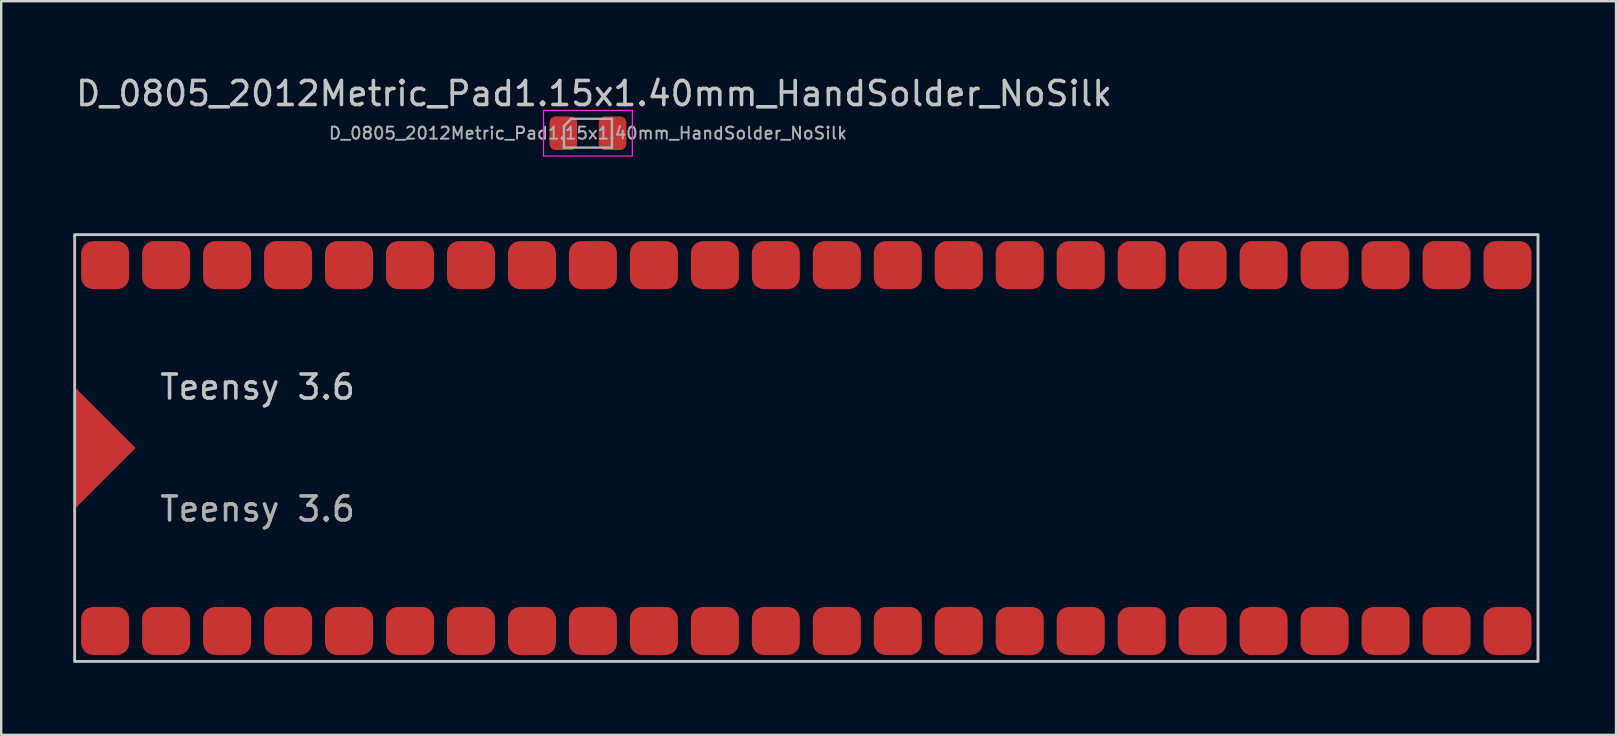
<source format=kicad_pcb>
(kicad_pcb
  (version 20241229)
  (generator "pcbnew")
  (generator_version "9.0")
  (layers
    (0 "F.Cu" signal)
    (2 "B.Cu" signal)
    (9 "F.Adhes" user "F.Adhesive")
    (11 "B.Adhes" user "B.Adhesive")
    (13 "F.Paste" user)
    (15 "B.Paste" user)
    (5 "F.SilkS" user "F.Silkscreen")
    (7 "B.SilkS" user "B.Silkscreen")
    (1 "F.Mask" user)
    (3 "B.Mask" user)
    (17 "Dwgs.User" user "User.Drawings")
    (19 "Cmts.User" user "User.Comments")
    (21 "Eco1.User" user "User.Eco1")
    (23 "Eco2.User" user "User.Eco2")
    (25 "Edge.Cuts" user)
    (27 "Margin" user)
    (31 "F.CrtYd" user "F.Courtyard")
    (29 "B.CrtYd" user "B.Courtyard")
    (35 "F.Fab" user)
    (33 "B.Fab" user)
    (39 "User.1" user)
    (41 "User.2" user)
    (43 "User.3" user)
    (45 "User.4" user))
  (footprint "Teensy 3.6"
    (layer "F.Cu")
    (at 61.02 6.724)
    (property "Reference" "Teensy 3.6" (at -53.34 6.35 0) (unlocked yes) (layer "Dwgs.User") (effects (font (size 1 1) (thickness 0.15))))
    (attr through_hole)
    (fp_poly (pts (xy -58.42 8.89) (xy -60.96 11.43) (xy -60.96 6.35)) (stroke (width 0) (type solid)) (fill yes) (layer "F.Cu"))
    (fp_poly (pts (xy -58.42 8.89) (xy -60.96 11.43) (xy -60.96 6.35)) (stroke (width 0) (type solid)) (fill yes) (layer "F.Mask"))
    (fp_rect (start -60.96 0) (end 0 17.78) (stroke (width 0.12) (type solid)) (fill no) (layer "Dwgs.User"))
    (fp_text user "${REFERENCE}" (at -53.34 11.43 0) (unlocked yes) (layer "F.Fab") (effects (font (size 1 1) (thickness 0.15))))
    (pad "1" smd roundrect (at -59.69 16.51) (size 2 2) (layers "F.Cu" "F.Mask") (roundrect_rratio 0.25))
    (pad "2" smd roundrect (at -57.15 16.51) (size 2 2) (layers "F.Cu" "F.Mask") (roundrect_rratio 0.25))
    (pad "3" smd roundrect (at -54.61 16.51) (size 2 2) (layers "F.Cu" "F.Mask") (roundrect_rratio 0.25))
    (pad "4" smd roundrect (at -52.07 16.51) (size 2 2) (layers "F.Cu" "F.Mask") (roundrect_rratio 0.25))
    (pad "5" smd roundrect (at -49.53 16.51) (size 2 2) (layers "F.Cu" "F.Mask") (roundrect_rratio 0.25))
    (pad "6" smd roundrect (at -46.99 16.51) (size 2 2) (layers "F.Cu" "F.Mask") (roundrect_rratio 0.25))
    (pad "7" smd roundrect (at -44.45 16.51) (size 2 2) (layers "F.Cu" "F.Mask") (roundrect_rratio 0.25))
    (pad "8" smd roundrect (at -41.91 16.51) (size 2 2) (layers "F.Cu" "F.Mask") (roundrect_rratio 0.25))
    (pad "9" smd roundrect (at -39.37 16.51) (size 2 2) (layers "F.Cu" "F.Mask") (roundrect_rratio 0.25))
    (pad "10" smd roundrect (at -36.83 16.51) (size 2 2) (layers "F.Cu" "F.Mask") (roundrect_rratio 0.25))
    (pad "11" smd roundrect (at -34.29 16.51) (size 2 2) (layers "F.Cu" "F.Mask") (roundrect_rratio 0.25))
    (pad "12" smd roundrect (at -31.75 16.51) (size 2 2) (layers "F.Cu" "F.Mask") (roundrect_rratio 0.25))
    (pad "13" smd roundrect (at -29.21 16.51) (size 2 2) (layers "F.Cu" "F.Mask") (roundrect_rratio 0.25))
    (pad "14" smd roundrect (at -26.67 16.51) (size 2 2) (layers "F.Cu" "F.Mask") (roundrect_rratio 0.25))
    (pad "15" smd roundrect (at -24.13 16.51) (size 2 2) (layers "F.Cu" "F.Mask") (roundrect_rratio 0.25))
    (pad "16" smd roundrect (at -21.59 16.51) (size 2 2) (layers "F.Cu" "F.Mask") (roundrect_rratio 0.25))
    (pad "17" smd roundrect (at -19.05 16.51) (size 2 2) (layers "F.Cu" "F.Mask") (roundrect_rratio 0.25))
    (pad "18" smd roundrect (at -16.51 16.51) (size 2 2) (layers "F.Cu" "F.Mask") (roundrect_rratio 0.25))
    (pad "19" smd roundrect (at -13.97 16.51) (size 2 2) (layers "F.Cu" "F.Mask") (roundrect_rratio 0.25))
    (pad "20" smd roundrect (at -11.43 16.51) (size 2 2) (layers "F.Cu" "F.Mask") (roundrect_rratio 0.25))
    (pad "21" smd roundrect (at -8.89 16.51) (size 2 2) (layers "F.Cu" "F.Mask") (roundrect_rratio 0.25))
    (pad "22" smd roundrect (at -6.35 16.51) (size 2 2) (layers "F.Cu" "F.Mask") (roundrect_rratio 0.25))
    (pad "23" smd roundrect (at -3.81 16.51) (size 2 2) (layers "F.Cu" "F.Mask") (roundrect_rratio 0.25))
    (pad "24" smd roundrect (at -1.27 16.51) (size 2 2) (layers "F.Cu" "F.Mask") (roundrect_rratio 0.25))
    (pad "25" smd roundrect (at -1.27 1.27) (size 2 2) (layers "F.Cu" "F.Mask") (roundrect_rratio 0.25))
    (pad "26" smd roundrect (at -3.81 1.27) (size 2 2) (layers "F.Cu" "F.Mask") (roundrect_rratio 0.25))
    (pad "27" smd roundrect (at -6.35 1.27) (size 2 2) (layers "F.Cu" "F.Mask") (roundrect_rratio 0.25))
    (pad "28" smd roundrect (at -8.89 1.27) (size 2 2) (layers "F.Cu" "F.Mask") (roundrect_rratio 0.25))
    (pad "29" smd roundrect (at -11.43 1.27) (size 2 2) (layers "F.Cu" "F.Mask") (roundrect_rratio 0.25))
    (pad "30" smd roundrect (at -13.97 1.27) (size 2 2) (layers "F.Cu" "F.Mask") (roundrect_rratio 0.25))
    (pad "31" smd roundrect (at -16.51 1.27) (size 2 2) (layers "F.Cu" "F.Mask") (roundrect_rratio 0.25))
    (pad "32" smd roundrect (at -19.05 1.27) (size 2 2) (layers "F.Cu" "F.Mask") (roundrect_rratio 0.25))
    (pad "33" smd roundrect (at -21.59 1.27) (size 2 2) (layers "F.Cu" "F.Mask") (roundrect_rratio 0.25))
    (pad "34" smd roundrect (at -24.13 1.27) (size 2 2) (layers "F.Cu" "F.Mask") (roundrect_rratio 0.25))
    (pad "35" smd roundrect (at -26.67 1.27) (size 2 2) (layers "F.Cu" "F.Mask") (roundrect_rratio 0.25))
    (pad "36" smd roundrect (at -29.21 1.27) (size 2 2) (layers "F.Cu" "F.Mask") (roundrect_rratio 0.25))
    (pad "37" smd roundrect (at -31.75 1.27) (size 2 2) (layers "F.Cu" "F.Mask") (roundrect_rratio 0.25))
    (pad "38" smd roundrect (at -34.29 1.27) (size 2 2) (layers "F.Cu" "F.Mask") (roundrect_rratio 0.25))
    (pad "39" smd roundrect (at -36.83 1.27) (size 2 2) (layers "F.Cu" "F.Mask") (roundrect_rratio 0.25))
    (pad "40" smd roundrect (at -39.37 1.27) (size 2 2) (layers "F.Cu" "F.Mask") (roundrect_rratio 0.25))
    (pad "41" smd roundrect (at -41.91 1.27) (size 2 2) (layers "F.Cu" "F.Mask") (roundrect_rratio 0.25))
    (pad "42" smd roundrect (at -44.45 1.27) (size 2 2) (layers "F.Cu" "F.Mask") (roundrect_rratio 0.25))
    (pad "43" smd roundrect (at -46.99 1.27) (size 2 2) (layers "F.Cu" "F.Mask") (roundrect_rratio 0.25))
    (pad "44" smd roundrect (at -49.53 1.27) (size 2 2) (layers "F.Cu" "F.Mask") (roundrect_rratio 0.25))
    (pad "45" smd roundrect (at -52.07 1.27) (size 2 2) (layers "F.Cu" "F.Mask") (roundrect_rratio 0.25))
    (pad "46" smd roundrect (at -54.61 1.27) (size 2 2) (layers "F.Cu" "F.Mask") (roundrect_rratio 0.25))
    (pad "47" smd roundrect (at -57.15 1.27) (size 2 2) (layers "F.Cu" "F.Mask") (roundrect_rratio 0.25))
    (pad "48" smd roundrect (at -59.69 1.27) (size 2 2) (layers "F.Cu" "F.Mask") (roundrect_rratio 0.25)))
  (footprint "D_0805_2012Metric_Pad1.15x1.40mm_HandSolder_NoSilk"
    (layer "F.Cu")
    (at 19.842 1.799)
    (property "Reference" "D_0805_2012Metric_Pad1.15x1.40mm_HandSolder_NoSilk" (at 1.854 -0.951 0) (layer "Dwgs.User") (effects (font (size 1 1) (thickness 0.15))))
    (attr smd)
    (fp_line (start -0.25 -0.25) (end 3.45 -0.25) (stroke (width 0.05) (type solid)) (layer "F.CrtYd"))
    (fp_line (start -0.25 1.65) (end -0.25 -0.25) (stroke (width 0.05) (type solid)) (layer "F.CrtYd"))
    (fp_line (start 3.45 -0.25) (end 3.45 1.65) (stroke (width 0.05) (type solid)) (layer "F.CrtYd"))
    (fp_line (start 3.45 1.65) (end -0.25 1.65) (stroke (width 0.05) (type solid)) (layer "F.CrtYd"))
    (fp_line (start 0.6 0.4) (end 0.6 1.3) (stroke (width 0.1) (type solid)) (layer "F.Fab"))
    (fp_line (start 0.6 1.3) (end 2.6 1.3) (stroke (width 0.1) (type solid)) (layer "F.Fab"))
    (fp_line (start 0.9 0.1) (end 0.6 0.4) (stroke (width 0.1) (type solid)) (layer "F.Fab"))
    (fp_line (start 2.6 0.1) (end 0.9 0.1) (stroke (width 0.1) (type solid)) (layer "F.Fab"))
    (fp_line (start 2.6 1.3) (end 2.6 0.1) (stroke (width 0.1) (type solid)) (layer "F.Fab"))
    (fp_text user "${REFERENCE}" (at 1.6 0.7 0) (layer "F.Fab") (effects (font (size 0.5 0.5) (thickness 0.08))))
    (pad "1" smd roundrect (at 0.575 0.7) (size 1.15 1.4) (layers "F.Cu" "F.Mask" "F.Paste") (roundrect_rratio 0.217))
    (pad "2" smd roundrect (at 2.625 0.7) (size 1.15 1.4) (layers "F.Cu" "F.Mask" "F.Paste") (roundrect_rratio 0.217)))
  (gr_rect
    (start -3 -3)
    (end 64.27 27.564)
    (stroke (width 0.1) (type default))
    (fill no)
    (layer "Edge.Cuts")))
</source>
